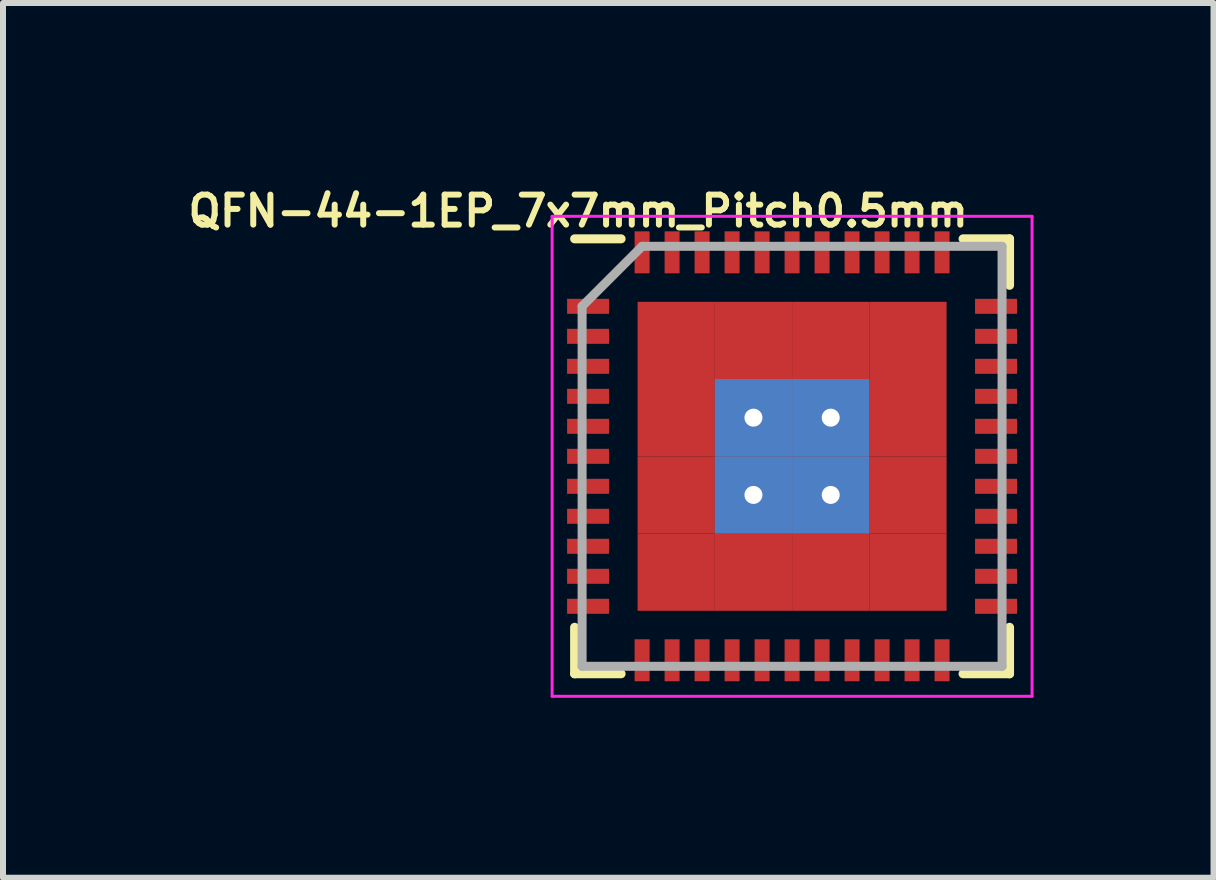
<source format=kicad_pcb>
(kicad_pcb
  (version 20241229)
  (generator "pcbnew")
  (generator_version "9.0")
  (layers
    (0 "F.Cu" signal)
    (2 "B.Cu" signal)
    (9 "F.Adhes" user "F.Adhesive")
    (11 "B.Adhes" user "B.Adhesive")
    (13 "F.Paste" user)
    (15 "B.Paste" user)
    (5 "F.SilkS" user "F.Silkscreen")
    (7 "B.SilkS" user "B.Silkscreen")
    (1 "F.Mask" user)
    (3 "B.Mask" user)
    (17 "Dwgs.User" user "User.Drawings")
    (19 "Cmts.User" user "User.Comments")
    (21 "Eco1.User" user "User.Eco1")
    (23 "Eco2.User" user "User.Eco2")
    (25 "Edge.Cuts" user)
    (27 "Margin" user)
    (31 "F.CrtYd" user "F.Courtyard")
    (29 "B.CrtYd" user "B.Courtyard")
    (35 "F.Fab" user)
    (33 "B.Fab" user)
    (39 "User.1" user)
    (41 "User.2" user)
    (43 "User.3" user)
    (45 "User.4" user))
  (footprint "QFN-44-1EP_7x7mm_Pitch0.5mm"
    (layer "F.Cu")
    (at 10.153 4.556)
    (property "Reference" "QFN-44-1EP_7x7mm_Pitch0.5mm" (at -3.565 -4.088 0) (layer "F.SilkS") (effects (font (size 0.5 0.5) (thickness 0.1))))
    (attr smd)
    (fp_line (start -3.625 -3.625) (end -2.85 -3.625) (stroke (width 0.15) (type solid)) (layer "F.SilkS"))
    (fp_line (start -3.625 3.625) (end -3.625 2.85) (stroke (width 0.15) (type solid)) (layer "F.SilkS"))
    (fp_line (start -3.625 3.625) (end -2.85 3.625) (stroke (width 0.15) (type solid)) (layer "F.SilkS"))
    (fp_line (start 3.625 -3.625) (end 2.85 -3.625) (stroke (width 0.15) (type solid)) (layer "F.SilkS"))
    (fp_line (start 3.625 -3.625) (end 3.625 -2.85) (stroke (width 0.15) (type solid)) (layer "F.SilkS"))
    (fp_line (start 3.625 3.625) (end 2.85 3.625) (stroke (width 0.15) (type solid)) (layer "F.SilkS"))
    (fp_line (start 3.625 3.625) (end 3.625 2.85) (stroke (width 0.15) (type solid)) (layer "F.SilkS"))
    (fp_line (start -4 -4) (end -4 4) (stroke (width 0.05) (type solid)) (layer "F.CrtYd"))
    (fp_line (start -4 -4) (end 4 -4) (stroke (width 0.05) (type solid)) (layer "F.CrtYd"))
    (fp_line (start -4 4) (end 4 4) (stroke (width 0.05) (type solid)) (layer "F.CrtYd"))
    (fp_line (start 4 -4) (end 4 4) (stroke (width 0.05) (type solid)) (layer "F.CrtYd"))
    (fp_line (start -3.5 -2.5) (end -2.5 -3.5) (stroke (width 0.15) (type solid)) (layer "F.Fab"))
    (fp_line (start -3.5 3.5) (end -3.5 -2.5) (stroke (width 0.15) (type solid)) (layer "F.Fab"))
    (fp_line (start -2.5 -3.5) (end 3.5 -3.5) (stroke (width 0.15) (type solid)) (layer "F.Fab"))
    (fp_line (start 3.5 -3.5) (end 3.5 3.5) (stroke (width 0.15) (type solid)) (layer "F.Fab"))
    (fp_line (start 3.5 3.5) (end -3.5 3.5) (stroke (width 0.15) (type solid)) (layer "F.Fab"))
    (pad "1" smd rect (at -3.4 -2.5) (size 0.7 0.25) (layers "F.Cu" "F.Mask" "F.Paste"))
    (pad "2" smd rect (at -3.4 -2) (size 0.7 0.25) (layers "F.Cu" "F.Mask" "F.Paste"))
    (pad "3" smd rect (at -3.4 -1.5) (size 0.7 0.25) (layers "F.Cu" "F.Mask" "F.Paste"))
    (pad "4" smd rect (at -3.4 -1) (size 0.7 0.25) (layers "F.Cu" "F.Mask" "F.Paste"))
    (pad "5" smd rect (at -3.4 -0.5) (size 0.7 0.25) (layers "F.Cu" "F.Mask" "F.Paste"))
    (pad "6" smd rect (at -3.4 0) (size 0.7 0.25) (layers "F.Cu" "F.Mask" "F.Paste"))
    (pad "7" smd rect (at -3.4 0.5) (size 0.7 0.25) (layers "F.Cu" "F.Mask" "F.Paste"))
    (pad "8" smd rect (at -3.4 1) (size 0.7 0.25) (layers "F.Cu" "F.Mask" "F.Paste"))
    (pad "9" smd rect (at -3.4 1.5) (size 0.7 0.25) (layers "F.Cu" "F.Mask" "F.Paste"))
    (pad "10" smd rect (at -3.4 2) (size 0.7 0.25) (layers "F.Cu" "F.Mask" "F.Paste"))
    (pad "11" smd rect (at -3.4 2.5) (size 0.7 0.25) (layers "F.Cu" "F.Mask" "F.Paste"))
    (pad "12" smd rect (at -2.5 3.4 90) (size 0.7 0.25) (layers "F.Cu" "F.Mask" "F.Paste"))
    (pad "13" smd rect (at -2 3.4 90) (size 0.7 0.25) (layers "F.Cu" "F.Mask" "F.Paste"))
    (pad "14" smd rect (at -1.5 3.4 90) (size 0.7 0.25) (layers "F.Cu" "F.Mask" "F.Paste"))
    (pad "15" smd rect (at -1.931 -1.931) (size 1.288 1.288) (layers "F.Cu" "F.Mask" "F.Paste"))
    (pad "15" smd rect (at -1.931 -0.644) (size 1.288 1.288) (layers "F.Cu" "F.Mask" "F.Paste"))
    (pad "15" smd rect (at -1.931 0.644) (size 1.288 1.288) (layers "F.Cu" "F.Mask" "F.Paste"))
    (pad "15" smd rect (at -1.931 1.931) (size 1.288 1.288) (layers "F.Cu" "F.Mask" "F.Paste"))
    (pad "15" smd rect (at -1 3.4 90) (size 0.7 0.25) (layers "F.Cu" "F.Mask" "F.Paste"))
    (pad "15" smd rect (at -0.644 -1.931) (size 1.288 1.288) (layers "F.Cu" "F.Mask" "F.Paste"))
    (pad "15" thru_hole rect (at -0.644 -0.644) (size 1.288 1.288) (drill 0.3) (layers "*.Cu" "F.Mask" "F.Paste"))
    (pad "15" thru_hole rect (at -0.644 0.644) (size 1.288 1.288) (drill 0.3) (layers "*.Cu" "F.Mask" "F.Paste"))
    (pad "15" smd rect (at -0.644 1.931) (size 1.288 1.288) (layers "F.Cu" "F.Mask" "F.Paste"))
    (pad "15" smd rect (at 0.644 -1.931) (size 1.288 1.288) (layers "F.Cu" "F.Mask" "F.Paste"))
    (pad "15" thru_hole rect (at 0.644 -0.644) (size 1.288 1.288) (drill 0.3) (layers "*.Cu" "F.Mask" "F.Paste"))
    (pad "15" thru_hole rect (at 0.644 0.644) (size 1.288 1.288) (drill 0.3) (layers "*.Cu" "F.Mask" "F.Paste"))
    (pad "15" smd rect (at 0.644 1.931) (size 1.288 1.288) (layers "F.Cu" "F.Mask" "F.Paste"))
    (pad "15" smd rect (at 1.931 -0.644) (size 1.288 1.288) (layers "F.Cu" "F.Mask" "F.Paste"))
    (pad "15" smd rect (at 1.931 0.644) (size 1.288 1.288) (layers "F.Cu" "F.Mask" "F.Paste"))
    (pad "15" smd rect (at 1.931 1.931) (size 1.288 1.288) (layers "F.Cu" "F.Mask" "F.Paste"))
    (pad "16" smd rect (at -0.5 3.4 90) (size 0.7 0.25) (layers "F.Cu" "F.Mask" "F.Paste"))
    (pad "17" smd rect (at 0 3.4 90) (size 0.7 0.25) (layers "F.Cu" "F.Mask" "F.Paste"))
    (pad "18" smd rect (at 0.5 3.4 90) (size 0.7 0.25) (layers "F.Cu" "F.Mask" "F.Paste"))
    (pad "19" smd rect (at 1 3.4 90) (size 0.7 0.25) (layers "F.Cu" "F.Mask" "F.Paste"))
    (pad "20" smd rect (at 1.5 3.4 90) (size 0.7 0.25) (layers "F.Cu" "F.Mask" "F.Paste"))
    (pad "21" smd rect (at 2 3.4 90) (size 0.7 0.25) (layers "F.Cu" "F.Mask" "F.Paste"))
    (pad "22" smd rect (at 2.5 3.4 90) (size 0.7 0.25) (layers "F.Cu" "F.Mask" "F.Paste"))
    (pad "23" smd rect (at 3.4 2.5) (size 0.7 0.25) (layers "F.Cu" "F.Mask" "F.Paste"))
    (pad "24" smd rect (at 3.4 2) (size 0.7 0.25) (layers "F.Cu" "F.Mask" "F.Paste"))
    (pad "25" smd rect (at 3.4 1.5) (size 0.7 0.25) (layers "F.Cu" "F.Mask" "F.Paste"))
    (pad "26" smd rect (at 3.4 1) (size 0.7 0.25) (layers "F.Cu" "F.Mask" "F.Paste"))
    (pad "27" smd rect (at 3.4 0.5) (size 0.7 0.25) (layers "F.Cu" "F.Mask" "F.Paste"))
    (pad "28" smd rect (at 3.4 0) (size 0.7 0.25) (layers "F.Cu" "F.Mask" "F.Paste"))
    (pad "29" smd rect (at 3.4 -0.5) (size 0.7 0.25) (layers "F.Cu" "F.Mask" "F.Paste"))
    (pad "30" smd rect (at 3.4 -1) (size 0.7 0.25) (layers "F.Cu" "F.Mask" "F.Paste"))
    (pad "31" smd rect (at 3.4 -1.5) (size 0.7 0.25) (layers "F.Cu" "F.Mask" "F.Paste"))
    (pad "32" smd rect (at 3.4 -2) (size 0.7 0.25) (layers "F.Cu" "F.Mask" "F.Paste"))
    (pad "33" smd rect (at 3.4 -2.5) (size 0.7 0.25) (layers "F.Cu" "F.Mask" "F.Paste"))
    (pad "34" smd rect (at 2.5 -3.4 90) (size 0.7 0.25) (layers "F.Cu" "F.Mask" "F.Paste"))
    (pad "35" smd rect (at 1.931 -1.931) (size 1.288 1.288) (layers "F.Cu" "F.Mask" "F.Paste"))
    (pad "35" smd rect (at 2 -3.4 90) (size 0.7 0.25) (layers "F.Cu" "F.Mask" "F.Paste"))
    (pad "36" smd rect (at 1.5 -3.4 90) (size 0.7 0.25) (layers "F.Cu" "F.Mask" "F.Paste"))
    (pad "37" smd rect (at 1 -3.4 90) (size 0.7 0.25) (layers "F.Cu" "F.Mask" "F.Paste"))
    (pad "38" smd rect (at 0.5 -3.4 90) (size 0.7 0.25) (layers "F.Cu" "F.Mask" "F.Paste"))
    (pad "39" smd rect (at 0 -3.4 90) (size 0.7 0.25) (layers "F.Cu" "F.Mask" "F.Paste"))
    (pad "40" smd rect (at -0.5 -3.4 90) (size 0.7 0.25) (layers "F.Cu" "F.Mask" "F.Paste"))
    (pad "41" smd rect (at -1 -3.4 90) (size 0.7 0.25) (layers "F.Cu" "F.Mask" "F.Paste"))
    (pad "42" smd rect (at -1.5 -3.4 90) (size 0.7 0.25) (layers "F.Cu" "F.Mask" "F.Paste"))
    (pad "43" smd rect (at -2 -3.4 90) (size 0.7 0.25) (layers "F.Cu" "F.Mask" "F.Paste"))
    (pad "44" smd rect (at -2.5 -3.4 90) (size 0.7 0.25) (layers "F.Cu" "F.Mask" "F.Paste")))
  (gr_rect
    (start -3 -3)
    (end 17.178 11.581)
    (stroke (width 0.1) (type default))
    (fill no)
    (layer "Edge.Cuts")))
</source>
